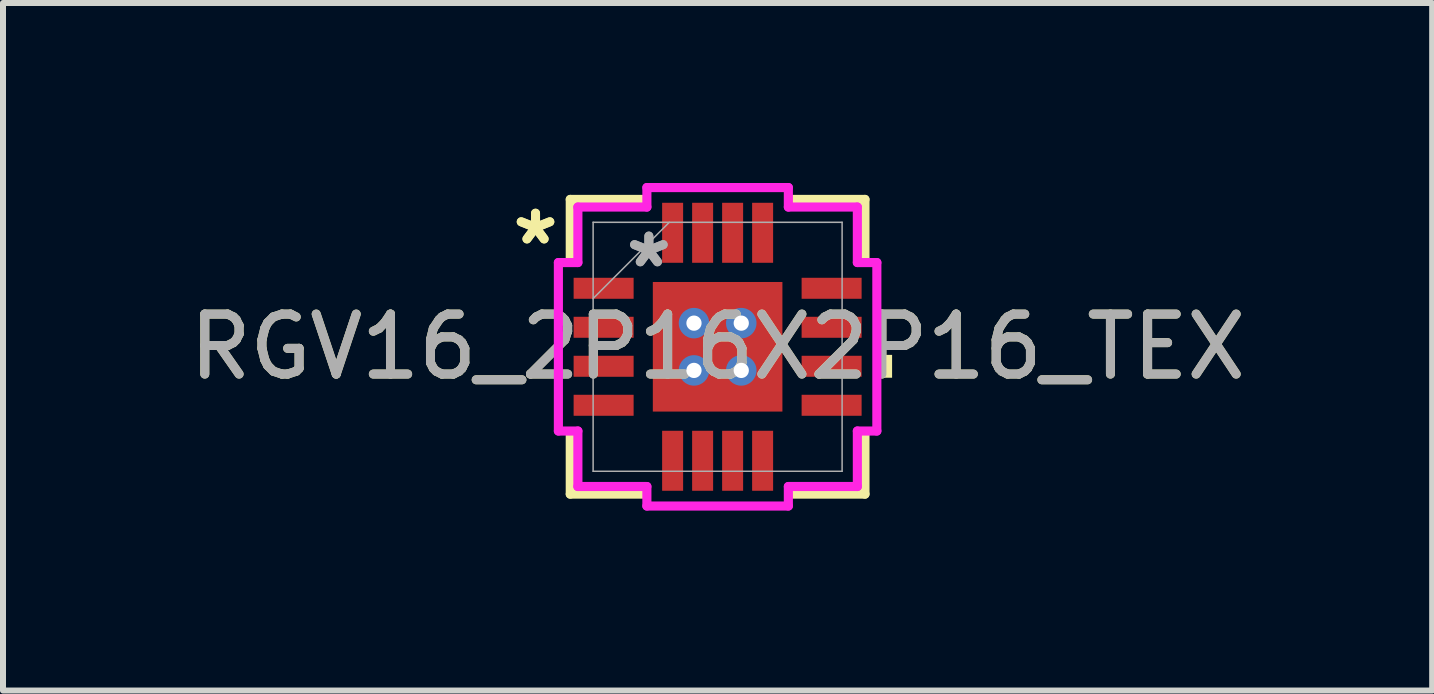
<source format=kicad_pcb>
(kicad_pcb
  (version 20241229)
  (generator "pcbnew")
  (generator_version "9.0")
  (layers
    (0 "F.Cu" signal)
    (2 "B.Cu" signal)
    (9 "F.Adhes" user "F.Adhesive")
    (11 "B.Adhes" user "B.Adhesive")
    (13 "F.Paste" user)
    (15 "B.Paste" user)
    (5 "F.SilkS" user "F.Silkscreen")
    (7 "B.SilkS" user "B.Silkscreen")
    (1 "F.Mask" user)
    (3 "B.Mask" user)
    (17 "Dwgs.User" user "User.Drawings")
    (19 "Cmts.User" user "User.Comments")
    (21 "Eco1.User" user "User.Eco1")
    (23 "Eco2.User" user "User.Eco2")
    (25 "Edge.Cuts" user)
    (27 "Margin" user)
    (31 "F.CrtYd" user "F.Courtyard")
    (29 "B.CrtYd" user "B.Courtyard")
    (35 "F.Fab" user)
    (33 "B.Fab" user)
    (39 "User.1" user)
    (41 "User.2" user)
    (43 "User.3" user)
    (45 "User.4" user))
  (footprint "RGV16_2P16X2P16_TEX"
    (layer "F.Cu")
    (at 8.911 2.73)
    (property "Reference" "RGV16_2P16X2P16_TEX" (at 0 0 0) (unlocked yes) (layer "F.SilkS") (effects (font (size 1 1) (thickness 0.15))))
    (attr smd)
    (fp_poly (pts (xy -1.143 -1.143) (xy -0.594 -1.143) (xy -0.594 1.143) (xy -1.143 1.143)) (stroke (width 0) (type solid)) (fill yes) (layer "F.Mask"))
    (fp_poly (pts (xy -1.143 -1.143) (xy 1.143 -1.143) (xy 1.143 -0.594) (xy -1.143 -0.594)) (stroke (width 0) (type solid)) (fill yes) (layer "F.Mask"))
    (fp_poly (pts (xy -1.143 -0.194) (xy 1.143 -0.194) (xy 1.143 0.194) (xy -1.143 0.194)) (stroke (width 0) (type solid)) (fill yes) (layer "F.Mask"))
    (fp_poly (pts (xy -1.143 0.594) (xy 1.143 0.594) (xy 1.143 1.143) (xy -1.143 1.143)) (stroke (width 0) (type solid)) (fill yes) (layer "F.Mask"))
    (fp_poly (pts (xy 0.194 -1.143) (xy -0.194 -1.143) (xy -0.194 1.143) (xy 0.194 1.143)) (stroke (width 0) (type solid)) (fill yes) (layer "F.Mask"))
    (fp_poly (pts (xy 0.594 -1.143) (xy 1.143 -1.143) (xy 1.143 1.143) (xy 0.594 1.143)) (stroke (width 0) (type solid)) (fill yes) (layer "F.Mask"))
    (fp_line (start -2.456 -2.456) (end -2.456 -1.478) (stroke (width 0.152) (type solid)) (layer "F.SilkS"))
    (fp_line (start -2.456 1.478) (end -2.456 2.456) (stroke (width 0.152) (type solid)) (layer "F.SilkS"))
    (fp_line (start -2.456 2.456) (end -1.253 2.456) (stroke (width 0.152) (type solid)) (layer "F.SilkS"))
    (fp_line (start -1.253 -2.456) (end -2.456 -2.456) (stroke (width 0.152) (type solid)) (layer "F.SilkS"))
    (fp_line (start 1.253 2.456) (end 2.456 2.456) (stroke (width 0.152) (type solid)) (layer "F.SilkS"))
    (fp_line (start 2.456 -2.456) (end 1.253 -2.456) (stroke (width 0.152) (type solid)) (layer "F.SilkS"))
    (fp_line (start 2.456 -1.478) (end 2.456 -2.456) (stroke (width 0.152) (type solid)) (layer "F.SilkS"))
    (fp_line (start 2.456 2.456) (end 2.456 1.478) (stroke (width 0.152) (type solid)) (layer "F.SilkS"))
    (fp_poly (pts (xy 2.908 0.135) (xy 2.908 0.516) (xy 2.654 0.516) (xy 2.654 0.135)) (stroke (width 0) (type solid)) (fill yes) (layer "F.SilkS"))
    (fp_poly (pts (xy -1.005 -1.005) (xy -1.005 -0.494) (xy -0.635 -0.494) (xy -0.494 -0.635) (xy -0.494 -1.005)) (stroke (width 0) (type solid)) (fill yes) (layer "F.Paste"))
    (fp_poly (pts (xy -1.005 0.494) (xy -1.005 1.005) (xy -0.494 1.005) (xy -0.494 0.635) (xy -0.635 0.494)) (stroke (width 0) (type solid)) (fill yes) (layer "F.Paste"))
    (fp_poly (pts (xy 0.494 -1.005) (xy 0.494 -0.635) (xy 0.635 -0.494) (xy 1.005 -0.494) (xy 1.005 -1.005)) (stroke (width 0) (type solid)) (fill yes) (layer "F.Paste"))
    (fp_poly (pts (xy 0.635 0.494) (xy 0.494 0.635) (xy 0.494 1.005) (xy 1.005 1.005) (xy 1.005 0.494)) (stroke (width 0) (type solid)) (fill yes) (layer "F.Paste"))
    (fp_poly (pts (xy -1.005 -0.294) (xy -1.005 0.294) (xy -0.635 0.294) (xy -0.494 0.152) (xy -0.494 -0.152) (xy -0.635 -0.294)) (stroke (width 0) (type solid)) (fill yes) (layer "F.Paste"))
    (fp_poly (pts (xy -0.294 -1.005) (xy -0.294 -0.635) (xy -0.152 -0.494) (xy 0.152 -0.494) (xy 0.294 -0.635) (xy 0.294 -1.005)) (stroke (width 0) (type solid)) (fill yes) (layer "F.Paste"))
    (fp_poly (pts (xy -0.152 0.494) (xy -0.294 0.635) (xy -0.294 1.005) (xy 0.294 1.005) (xy 0.294 0.635) (xy 0.152 0.494)) (stroke (width 0) (type solid)) (fill yes) (layer "F.Paste"))
    (fp_poly (pts (xy 0.635 -0.294) (xy 0.494 -0.152) (xy 0.494 0.152) (xy 0.635 0.294) (xy 1.005 0.294) (xy 1.005 -0.294)) (stroke (width 0) (type solid)) (fill yes) (layer "F.Paste"))
    (fp_poly (pts (xy -0.152 -0.294) (xy -0.294 -0.152) (xy -0.294 0.152) (xy -0.152 0.294) (xy 0.152 0.294) (xy 0.294 0.152) (xy 0.294 -0.152) (xy 0.152 -0.294)) (stroke (width 0) (type solid)) (fill yes) (layer "F.Paste"))
    (fp_line (start -2.654 -1.404) (end -2.329 -1.404) (stroke (width 0.152) (type solid)) (layer "F.CrtYd"))
    (fp_line (start -2.654 1.404) (end -2.654 -1.404) (stroke (width 0.152) (type solid)) (layer "F.CrtYd"))
    (fp_line (start -2.329 -2.329) (end -1.179 -2.329) (stroke (width 0.152) (type solid)) (layer "F.CrtYd"))
    (fp_line (start -2.329 -1.404) (end -2.329 -2.329) (stroke (width 0.152) (type solid)) (layer "F.CrtYd"))
    (fp_line (start -2.329 1.404) (end -2.654 1.404) (stroke (width 0.152) (type solid)) (layer "F.CrtYd"))
    (fp_line (start -2.329 2.329) (end -2.329 1.404) (stroke (width 0.152) (type solid)) (layer "F.CrtYd"))
    (fp_line (start -1.179 -2.654) (end 1.179 -2.654) (stroke (width 0.152) (type solid)) (layer "F.CrtYd"))
    (fp_line (start -1.179 -2.329) (end -1.179 -2.654) (stroke (width 0.152) (type solid)) (layer "F.CrtYd"))
    (fp_line (start -1.179 2.329) (end -2.329 2.329) (stroke (width 0.152) (type solid)) (layer "F.CrtYd"))
    (fp_line (start -1.179 2.654) (end -1.179 2.329) (stroke (width 0.152) (type solid)) (layer "F.CrtYd"))
    (fp_line (start 1.179 -2.654) (end 1.179 -2.329) (stroke (width 0.152) (type solid)) (layer "F.CrtYd"))
    (fp_line (start 1.179 -2.329) (end 2.329 -2.329) (stroke (width 0.152) (type solid)) (layer "F.CrtYd"))
    (fp_line (start 1.179 2.329) (end 1.179 2.654) (stroke (width 0.152) (type solid)) (layer "F.CrtYd"))
    (fp_line (start 1.179 2.654) (end -1.179 2.654) (stroke (width 0.152) (type solid)) (layer "F.CrtYd"))
    (fp_line (start 2.329 -2.329) (end 2.329 -1.404) (stroke (width 0.152) (type solid)) (layer "F.CrtYd"))
    (fp_line (start 2.329 -1.404) (end 2.654 -1.404) (stroke (width 0.152) (type solid)) (layer "F.CrtYd"))
    (fp_line (start 2.329 1.404) (end 2.329 2.329) (stroke (width 0.152) (type solid)) (layer "F.CrtYd"))
    (fp_line (start 2.329 2.329) (end 1.179 2.329) (stroke (width 0.152) (type solid)) (layer "F.CrtYd"))
    (fp_line (start 2.654 -1.404) (end 2.654 1.404) (stroke (width 0.152) (type solid)) (layer "F.CrtYd"))
    (fp_line (start 2.654 1.404) (end 2.329 1.404) (stroke (width 0.152) (type solid)) (layer "F.CrtYd"))
    (fp_line (start -2.075 -2.075) (end -2.075 2.075) (stroke (width 0.025) (type solid)) (layer "F.Fab"))
    (fp_line (start -2.075 -0.805) (end -0.805 -2.075) (stroke (width 0.025) (type solid)) (layer "F.Fab"))
    (fp_line (start -2.075 2.075) (end 2.075 2.075) (stroke (width 0.025) (type solid)) (layer "F.Fab"))
    (fp_line (start 2.075 -2.075) (end -2.075 -2.075) (stroke (width 0.025) (type solid)) (layer "F.Fab"))
    (fp_line (start 2.075 2.075) (end 2.075 -2.075) (stroke (width 0.025) (type solid)) (layer "F.Fab"))
    (fp_text user "*" (at -3.035 -1.681 0) (unlocked yes) (layer "F.SilkS") (effects (font (size 1 1) (thickness 0.15))))
    (fp_text user "*" (at -3.035 -1.681 0) (layer "F.SilkS") (effects (font (size 1 1) (thickness 0.15))))
    (fp_text user "*" (at -1.146 -1.3 0) (layer "F.Fab") (effects (font (size 1 1) (thickness 0.15))))
    (fp_text user "*" (at -1.146 -1.3 0) (unlocked yes) (layer "F.Fab") (effects (font (size 1 1) (thickness 0.15))))
    (fp_text user "${REFERENCE}" (at 0 0 0) (unlocked yes) (layer "F.Fab") (effects (font (size 1 1) (thickness 0.15))))
    (pad "1" smd rect (at -1.9 -0.975 90) (size 0.35 1) (layers "F.Cu" "F.Mask" "F.Paste"))
    (pad "2" smd rect (at -1.9 -0.325 90) (size 0.35 1) (layers "F.Cu" "F.Mask" "F.Paste"))
    (pad "3" smd rect (at -1.9 0.325 90) (size 0.35 1) (layers "F.Cu" "F.Mask" "F.Paste"))
    (pad "4" smd rect (at -1.9 0.975 90) (size 0.35 1) (layers "F.Cu" "F.Mask" "F.Paste"))
    (pad "5" smd rect (at -0.75 1.9) (size 0.35 1) (layers "F.Cu" "F.Mask" "F.Paste"))
    (pad "6" smd rect (at -0.25 1.9) (size 0.35 1) (layers "F.Cu" "F.Mask" "F.Paste"))
    (pad "7" smd rect (at 0.25 1.9) (size 0.35 1) (layers "F.Cu" "F.Mask" "F.Paste"))
    (pad "8" smd rect (at 0.75 1.9) (size 0.35 1) (layers "F.Cu" "F.Mask" "F.Paste"))
    (pad "9" smd rect (at 1.9 0.975 90) (size 0.35 1) (layers "F.Cu" "F.Mask" "F.Paste"))
    (pad "10" smd rect (at 1.9 0.325 90) (size 0.35 1) (layers "F.Cu" "F.Mask" "F.Paste"))
    (pad "11" smd rect (at 1.9 -0.325 90) (size 0.35 1) (layers "F.Cu" "F.Mask" "F.Paste"))
    (pad "12" smd rect (at 1.9 -0.975 90) (size 0.35 1) (layers "F.Cu" "F.Mask" "F.Paste"))
    (pad "13" smd rect (at 0.75 -1.9) (size 0.35 1) (layers "F.Cu" "F.Mask" "F.Paste"))
    (pad "14" smd rect (at 0.25 -1.9) (size 0.35 1) (layers "F.Cu" "F.Mask" "F.Paste"))
    (pad "15" smd rect (at -0.25 -1.9) (size 0.35 1) (layers "F.Cu" "F.Mask" "F.Paste"))
    (pad "16" smd rect (at -0.75 -1.9) (size 0.35 1) (layers "F.Cu" "F.Mask" "F.Paste"))
    (pad "17" smd rect (at 0 0) (size 2.16 2.16) (layers "F.Cu"))
    (pad "V" thru_hole circle (at -0.394 -0.394) (size 0.508 0.508) (drill 0.254) (layers "*.Cu" "*.Mask"))
    (pad "V" thru_hole circle (at -0.394 0.394) (size 0.508 0.508) (drill 0.254) (layers "*.Cu" "*.Mask"))
    (pad "V" thru_hole circle (at 0.394 -0.394) (size 0.508 0.508) (drill 0.254) (layers "*.Cu" "*.Mask"))
    (pad "V" thru_hole circle (at 0.394 0.394) (size 0.508 0.508) (drill 0.254) (layers "*.Cu" "*.Mask")))
  (gr_rect
    (start -3 -3)
    (end 20.821 8.46)
    (stroke (width 0.1) (type default))
    (fill no)
    (layer "Edge.Cuts")))
</source>
